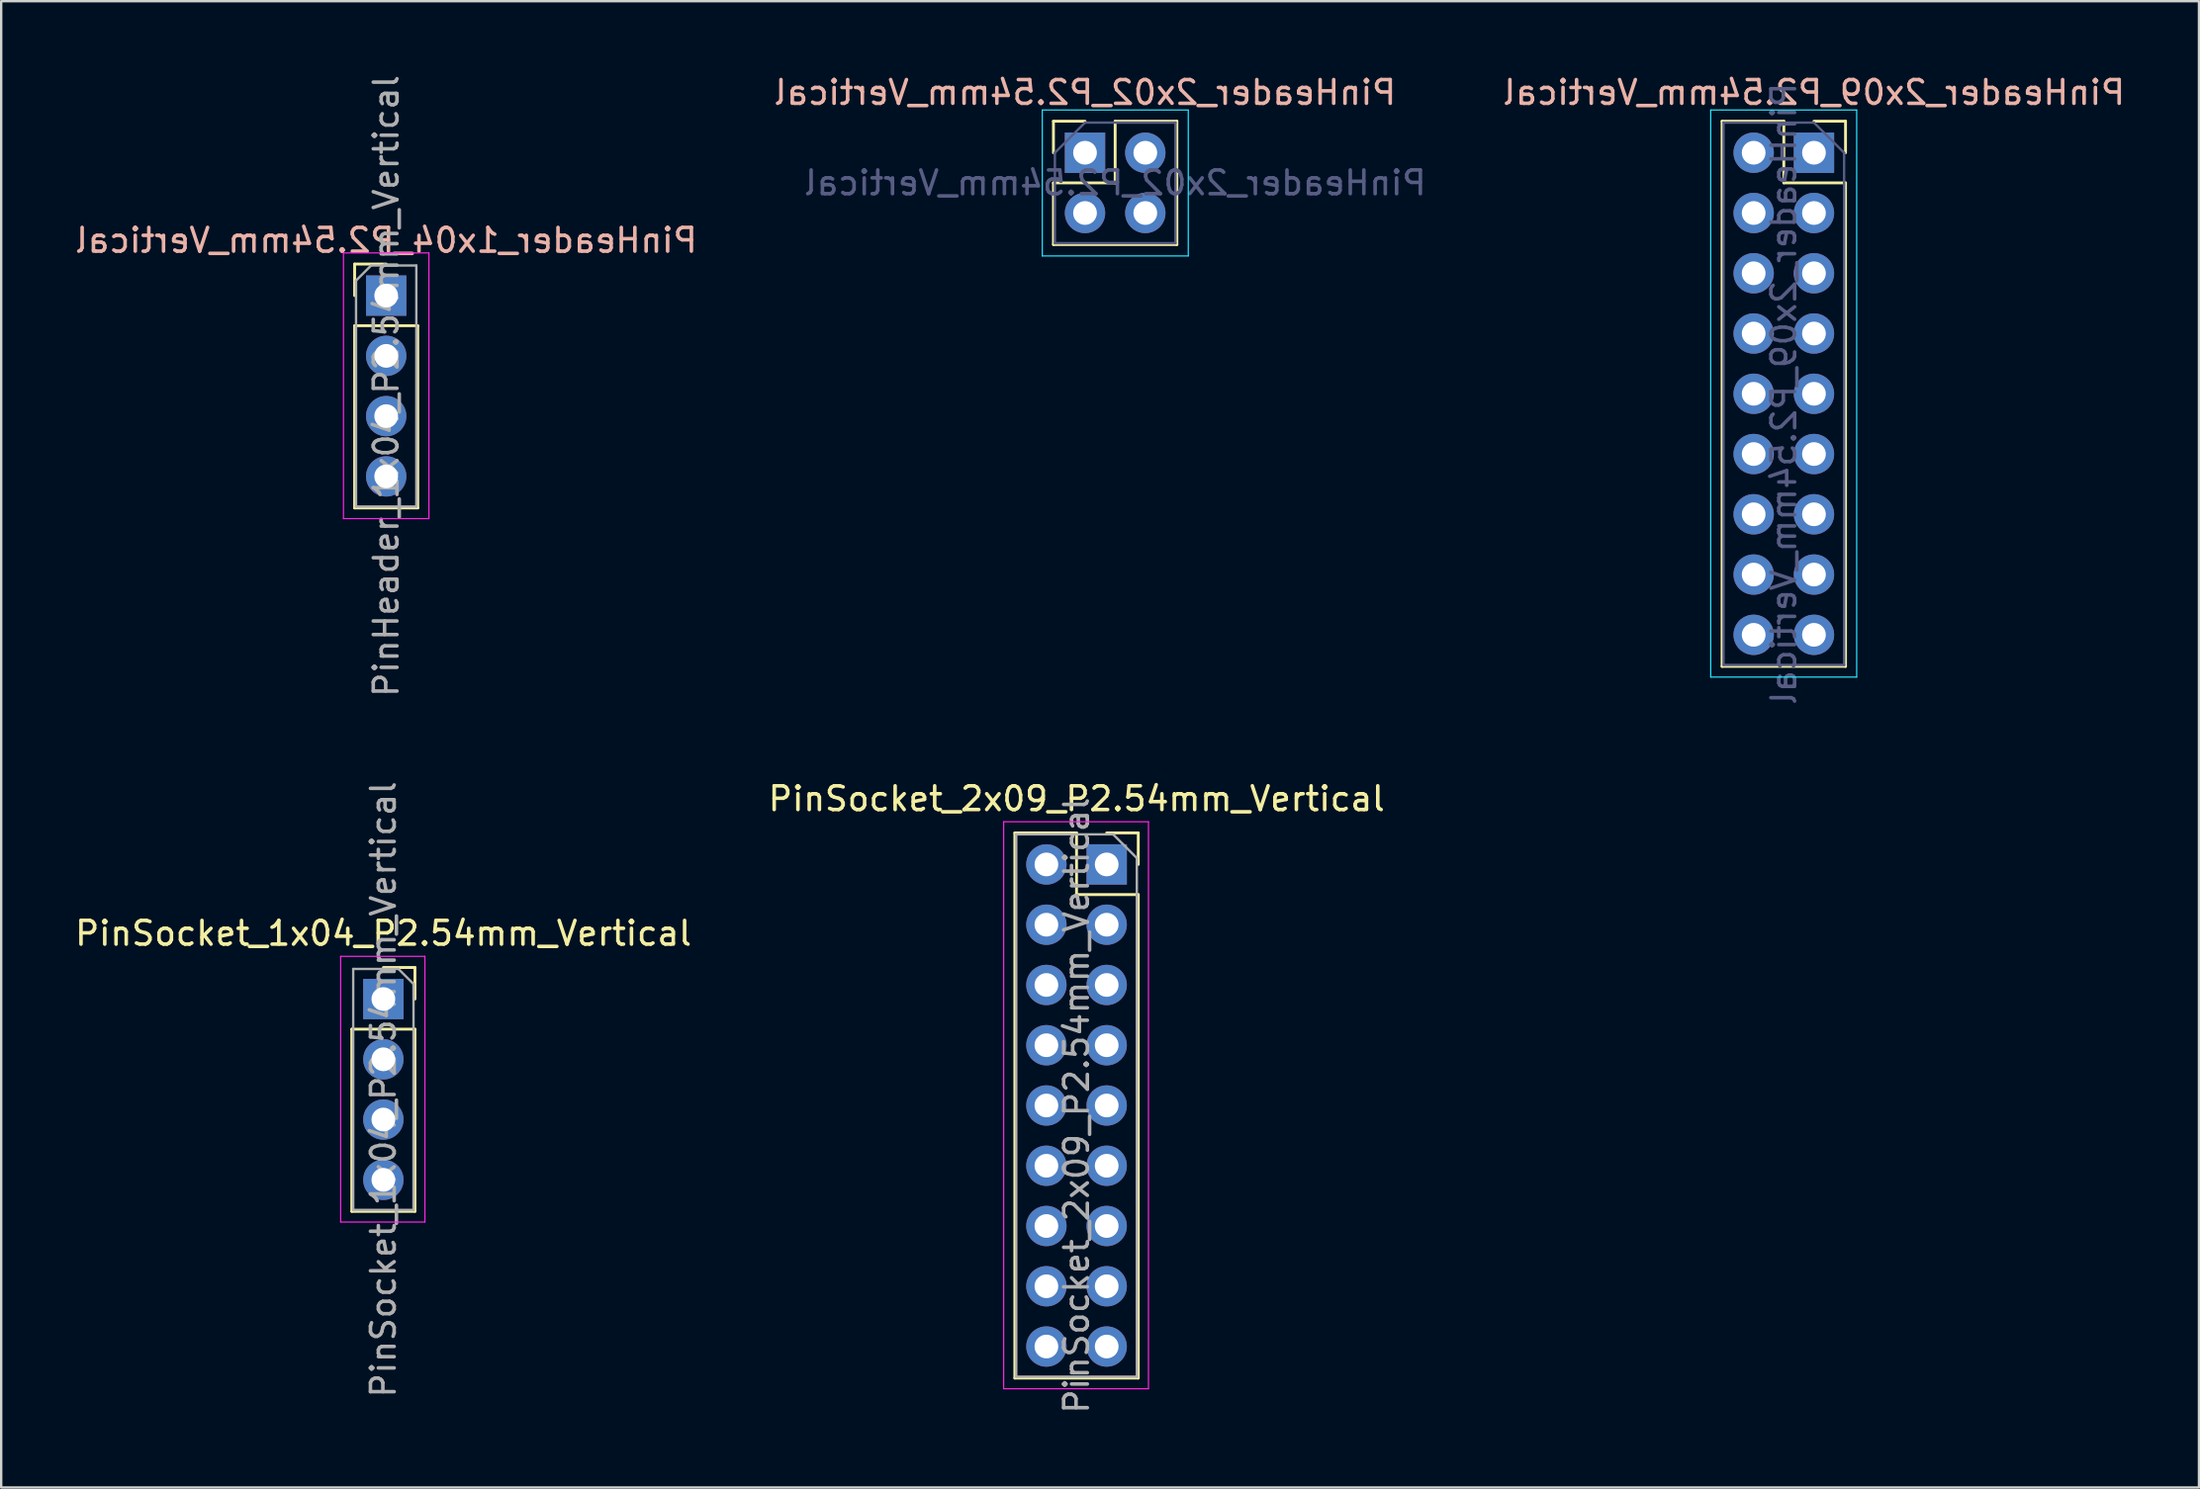
<source format=kicad_pcb>
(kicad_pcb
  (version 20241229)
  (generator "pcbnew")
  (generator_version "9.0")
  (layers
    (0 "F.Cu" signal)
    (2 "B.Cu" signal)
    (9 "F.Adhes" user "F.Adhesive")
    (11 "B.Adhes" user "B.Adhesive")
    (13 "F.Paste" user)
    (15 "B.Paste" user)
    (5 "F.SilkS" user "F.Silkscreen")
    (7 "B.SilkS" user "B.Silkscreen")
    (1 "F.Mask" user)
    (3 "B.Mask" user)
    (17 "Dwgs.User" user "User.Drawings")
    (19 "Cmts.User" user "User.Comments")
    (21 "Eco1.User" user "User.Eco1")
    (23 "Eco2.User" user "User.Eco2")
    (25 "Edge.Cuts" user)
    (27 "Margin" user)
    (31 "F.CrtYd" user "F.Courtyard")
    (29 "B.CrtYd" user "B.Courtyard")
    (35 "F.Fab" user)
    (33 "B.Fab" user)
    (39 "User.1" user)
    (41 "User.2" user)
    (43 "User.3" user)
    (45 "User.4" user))
  (footprint "PinHeader_2x02_P2.54mm_Vertical"
    (layer "F.Cu")
    (at 43.931 4.658)
    (property "Reference" "PinHeader_2x02_P2.54mm_Vertical" (at -1.27 -3.81 0) (layer "B.SilkS") (effects (font (size 1 1) (thickness 0.15)) (justify mirror)))
    (attr through_hole)
    (fp_line (start -2.6 -2.6) (end -2.6 -1.27) (stroke (width 0.12) (type solid)) (layer "F.SilkS"))
    (fp_line (start -2.6 0) (end -2.6 2.6) (stroke (width 0.12) (type solid)) (layer "F.SilkS"))
    (fp_line (start -2.6 2.6) (end 2.6 2.6) (stroke (width 0.12) (type solid)) (layer "F.SilkS"))
    (fp_line (start -1.27 -2.6) (end -2.6 -2.6) (stroke (width 0.12) (type solid)) (layer "F.SilkS"))
    (fp_line (start 0 -2.6) (end 0 0) (stroke (width 0.12) (type solid)) (layer "F.SilkS"))
    (fp_line (start 0 -2.6) (end 2.6 -2.6) (stroke (width 0.12) (type solid)) (layer "F.SilkS"))
    (fp_line (start 0 0) (end -2.6 0) (stroke (width 0.12) (type solid)) (layer "F.SilkS"))
    (fp_line (start 2.6 -2.6) (end 2.6 2.6) (stroke (width 0.12) (type solid)) (layer "F.SilkS"))
    (fp_line (start -3.07 -3.07) (end 3.08 -3.07) (stroke (width 0.05) (type solid)) (layer "B.CrtYd"))
    (fp_line (start -3.07 3.08) (end -3.07 -3.07) (stroke (width 0.05) (type solid)) (layer "B.CrtYd"))
    (fp_line (start 3.08 -3.07) (end 3.08 3.08) (stroke (width 0.05) (type solid)) (layer "B.CrtYd"))
    (fp_line (start 3.08 3.08) (end -3.07 3.08) (stroke (width 0.05) (type solid)) (layer "B.CrtYd"))
    (fp_line (start -2.54 -1.27) (end -2.54 2.54) (stroke (width 0.1) (type solid)) (layer "B.Fab"))
    (fp_line (start -2.54 2.54) (end 2.54 2.54) (stroke (width 0.1) (type solid)) (layer "B.Fab"))
    (fp_line (start -1.27 -2.54) (end -2.54 -1.27) (stroke (width 0.1) (type solid)) (layer "B.Fab"))
    (fp_line (start 2.54 -2.54) (end -1.27 -2.54) (stroke (width 0.1) (type solid)) (layer "B.Fab"))
    (fp_line (start 2.54 2.54) (end 2.54 -2.54) (stroke (width 0.1) (type solid)) (layer "B.Fab"))
    (fp_text user "${REFERENCE}" (at 0 0 180) (layer "B.Fab") (effects (font (size 1 1) (thickness 0.15)) (justify mirror)))
    (pad "1" thru_hole rect (at -1.27 -1.27 270) (size 1.7 1.7) (drill 1) (layers "*.Cu" "*.Mask"))
    (pad "2" thru_hole oval (at -1.27 1.27 270) (size 1.7 1.7) (drill 1) (layers "*.Cu" "*.Mask"))
    (pad "3" thru_hole oval (at 1.27 -1.27 270) (size 1.7 1.7) (drill 1) (layers "*.Cu" "*.Mask"))
    (pad "4" thru_hole oval (at 1.27 1.27 270) (size 1.7 1.7) (drill 1) (layers "*.Cu" "*.Mask")))
  (footprint "PinSocket_1x04_P2.54mm_Vertical"
    (layer "F.Cu")
    (at 13.101 42.87)
    (property "Reference" "PinSocket_1x04_P2.54mm_Vertical" (at 0 -6.58 0) (layer "F.SilkS") (effects (font (size 1 1) (thickness 0.15))))
    (attr through_hole)
    (fp_line (start -1.33 -2.54) (end -1.33 5.14) (stroke (width 0.12) (type solid)) (layer "F.SilkS"))
    (fp_line (start -1.33 -2.54) (end 1.33 -2.54) (stroke (width 0.12) (type solid)) (layer "F.SilkS"))
    (fp_line (start -1.33 5.14) (end 1.33 5.14) (stroke (width 0.12) (type solid)) (layer "F.SilkS"))
    (fp_line (start 0 -5.14) (end 1.33 -5.14) (stroke (width 0.12) (type solid)) (layer "F.SilkS"))
    (fp_line (start 1.33 -5.14) (end 1.33 -3.81) (stroke (width 0.12) (type solid)) (layer "F.SilkS"))
    (fp_line (start 1.33 -2.54) (end 1.33 5.14) (stroke (width 0.12) (type solid)) (layer "F.SilkS"))
    (fp_line (start -1.8 -5.61) (end 1.75 -5.61) (stroke (width 0.05) (type solid)) (layer "F.CrtYd"))
    (fp_line (start -1.8 5.59) (end -1.8 -5.61) (stroke (width 0.05) (type solid)) (layer "F.CrtYd"))
    (fp_line (start 1.75 -5.61) (end 1.75 5.59) (stroke (width 0.05) (type solid)) (layer "F.CrtYd"))
    (fp_line (start 1.75 5.59) (end -1.8 5.59) (stroke (width 0.05) (type solid)) (layer "F.CrtYd"))
    (fp_line (start -1.27 -5.08) (end 0.635 -5.08) (stroke (width 0.1) (type solid)) (layer "F.Fab"))
    (fp_line (start -1.27 5.08) (end -1.27 -5.08) (stroke (width 0.1) (type solid)) (layer "F.Fab"))
    (fp_line (start 0.635 -5.08) (end 1.27 -4.445) (stroke (width 0.1) (type solid)) (layer "F.Fab"))
    (fp_line (start 1.27 -4.445) (end 1.27 5.08) (stroke (width 0.1) (type solid)) (layer "F.Fab"))
    (fp_line (start 1.27 5.08) (end -1.27 5.08) (stroke (width 0.1) (type solid)) (layer "F.Fab"))
    (fp_text user "${REFERENCE}" (at 0 0 90) (layer "F.Fab") (effects (font (size 1 1) (thickness 0.15))))
    (pad "1" thru_hole rect (at 0 -3.81) (size 1.7 1.7) (drill 1) (layers "*.Cu" "*.Mask"))
    (pad "2" thru_hole oval (at 0 -1.27) (size 1.7 1.7) (drill 1) (layers "*.Cu" "*.Mask"))
    (pad "3" thru_hole oval (at 0 1.27) (size 1.7 1.7) (drill 1) (layers "*.Cu" "*.Mask"))
    (pad "4" thru_hole oval (at 0 3.81) (size 1.7 1.7) (drill 1) (layers "*.Cu" "*.Mask")))
  (footprint "PinHeader_1x04_P2.54mm_Vertical"
    (layer "F.Cu")
    (at 13.22 13.22)
    (property "Reference" "PinHeader_1x04_P2.54mm_Vertical" (at 0 -6.14 0) (layer "B.SilkS") (effects (font (size 1 1) (thickness 0.15)) (justify mirror)))
    (attr through_hole)
    (fp_line (start -1.33 -5.14) (end 0 -5.14) (stroke (width 0.12) (type solid)) (layer "F.SilkS"))
    (fp_line (start -1.33 -3.81) (end -1.33 -5.14) (stroke (width 0.12) (type solid)) (layer "F.SilkS"))
    (fp_line (start -1.33 -2.54) (end -1.33 5.14) (stroke (width 0.12) (type solid)) (layer "F.SilkS"))
    (fp_line (start -1.33 -2.54) (end 1.33 -2.54) (stroke (width 0.12) (type solid)) (layer "F.SilkS"))
    (fp_line (start -1.33 5.14) (end 1.33 5.14) (stroke (width 0.12) (type solid)) (layer "F.SilkS"))
    (fp_line (start 1.33 -2.54) (end 1.33 5.14) (stroke (width 0.12) (type solid)) (layer "F.SilkS"))
    (fp_line (start -1.8 -5.61) (end -1.8 5.59) (stroke (width 0.05) (type solid)) (layer "F.CrtYd"))
    (fp_line (start -1.8 5.59) (end 1.8 5.59) (stroke (width 0.05) (type solid)) (layer "F.CrtYd"))
    (fp_line (start 1.8 -5.61) (end -1.8 -5.61) (stroke (width 0.05) (type solid)) (layer "F.CrtYd"))
    (fp_line (start 1.8 5.59) (end 1.8 -5.61) (stroke (width 0.05) (type solid)) (layer "F.CrtYd"))
    (fp_line (start -1.27 -4.445) (end -0.635 -5.08) (stroke (width 0.1) (type solid)) (layer "F.Fab"))
    (fp_line (start -1.27 5.08) (end -1.27 -4.445) (stroke (width 0.1) (type solid)) (layer "F.Fab"))
    (fp_line (start -0.635 -5.08) (end 1.27 -5.08) (stroke (width 0.1) (type solid)) (layer "F.Fab"))
    (fp_line (start 1.27 -5.08) (end 1.27 5.08) (stroke (width 0.1) (type solid)) (layer "F.Fab"))
    (fp_line (start 1.27 5.08) (end -1.27 5.08) (stroke (width 0.1) (type solid)) (layer "F.Fab"))
    (fp_text user "${REFERENCE}" (at 0 0 90) (layer "F.Fab") (effects (font (size 1 1) (thickness 0.15))))
    (pad "1" thru_hole rect (at 0 -3.81) (size 1.7 1.7) (drill 1) (layers "*.Cu" "*.Mask"))
    (pad "2" thru_hole oval (at 0 -1.27) (size 1.7 1.7) (drill 1) (layers "*.Cu" "*.Mask"))
    (pad "3" thru_hole oval (at 0 1.27) (size 1.7 1.7) (drill 1) (layers "*.Cu" "*.Mask"))
    (pad "4" thru_hole oval (at 0 3.81) (size 1.7 1.7) (drill 1) (layers "*.Cu" "*.Mask")))
  (footprint "PinHeader_2x09_P2.54mm_Vertical"
    (layer "F.Cu")
    (at 72.101 13.548)
    (property "Reference" "PinHeader_2x09_P2.54mm_Vertical" (at 1.27 -12.7 180) (layer "B.SilkS") (effects (font (size 1 1) (thickness 0.15)) (justify mirror)))
    (attr through_hole)
    (fp_line (start -2.6 -11.49) (end -2.6 11.49) (stroke (width 0.12) (type solid)) (layer "F.SilkS"))
    (fp_line (start 0 -11.49) (end -2.6 -11.49) (stroke (width 0.12) (type solid)) (layer "F.SilkS"))
    (fp_line (start 0 -8.89) (end 0 -11.49) (stroke (width 0.12) (type solid)) (layer "F.SilkS"))
    (fp_line (start 2.6 -11.49) (end 1.27 -11.49) (stroke (width 0.12) (type solid)) (layer "F.SilkS"))
    (fp_line (start 2.6 -10.16) (end 2.6 -11.49) (stroke (width 0.12) (type solid)) (layer "F.SilkS"))
    (fp_line (start 2.6 -8.89) (end 0 -8.89) (stroke (width 0.12) (type solid)) (layer "F.SilkS"))
    (fp_line (start 2.6 -8.89) (end 2.6 11.49) (stroke (width 0.12) (type solid)) (layer "F.SilkS"))
    (fp_line (start 2.6 11.49) (end -2.6 11.49) (stroke (width 0.12) (type solid)) (layer "F.SilkS"))
    (fp_line (start -3.08 -11.96) (end 3.07 -11.96) (stroke (width 0.05) (type solid)) (layer "B.CrtYd"))
    (fp_line (start -3.08 11.94) (end -3.08 -11.96) (stroke (width 0.05) (type solid)) (layer "B.CrtYd"))
    (fp_line (start 3.07 -11.96) (end 3.07 11.94) (stroke (width 0.05) (type solid)) (layer "B.CrtYd"))
    (fp_line (start 3.07 11.94) (end -3.08 11.94) (stroke (width 0.05) (type solid)) (layer "B.CrtYd"))
    (fp_line (start -2.54 -11.43) (end -2.54 11.43) (stroke (width 0.1) (type solid)) (layer "B.Fab"))
    (fp_line (start -2.54 11.43) (end 2.54 11.43) (stroke (width 0.1) (type solid)) (layer "B.Fab"))
    (fp_line (start 1.27 -11.43) (end -2.54 -11.43) (stroke (width 0.1) (type solid)) (layer "B.Fab"))
    (fp_line (start 2.54 -10.16) (end 1.27 -11.43) (stroke (width 0.1) (type solid)) (layer "B.Fab"))
    (fp_line (start 2.54 11.43) (end 2.54 -10.16) (stroke (width 0.1) (type solid)) (layer "B.Fab"))
    (fp_text user "${REFERENCE}" (at 0 0 90) (layer "B.Fab") (effects (font (size 1 1) (thickness 0.15)) (justify mirror)))
    (pad "1" thru_hole rect (at 1.27 -10.16 180) (size 1.7 1.7) (drill 1) (layers "*.Cu" "*.Mask"))
    (pad "2" thru_hole oval (at -1.27 -10.16 180) (size 1.7 1.7) (drill 1) (layers "*.Cu" "*.Mask"))
    (pad "3" thru_hole oval (at 1.27 -7.62 180) (size 1.7 1.7) (drill 1) (layers "*.Cu" "*.Mask"))
    (pad "4" thru_hole oval (at -1.27 -7.62 180) (size 1.7 1.7) (drill 1) (layers "*.Cu" "*.Mask"))
    (pad "5" thru_hole oval (at 1.27 -5.08 180) (size 1.7 1.7) (drill 1) (layers "*.Cu" "*.Mask"))
    (pad "6" thru_hole oval (at -1.27 -5.08 180) (size 1.7 1.7) (drill 1) (layers "*.Cu" "*.Mask"))
    (pad "7" thru_hole oval (at 1.27 -2.54 180) (size 1.7 1.7) (drill 1) (layers "*.Cu" "*.Mask"))
    (pad "8" thru_hole oval (at -1.27 -2.54 180) (size 1.7 1.7) (drill 1) (layers "*.Cu" "*.Mask"))
    (pad "9" thru_hole oval (at 1.27 0 180) (size 1.7 1.7) (drill 1) (layers "*.Cu" "*.Mask"))
    (pad "10" thru_hole oval (at -1.27 0 180) (size 1.7 1.7) (drill 1) (layers "*.Cu" "*.Mask"))
    (pad "11" thru_hole oval (at 1.27 2.54 180) (size 1.7 1.7) (drill 1) (layers "*.Cu" "*.Mask"))
    (pad "12" thru_hole oval (at -1.27 2.54 180) (size 1.7 1.7) (drill 1) (layers "*.Cu" "*.Mask"))
    (pad "13" thru_hole oval (at 1.27 5.08 180) (size 1.7 1.7) (drill 1) (layers "*.Cu" "*.Mask"))
    (pad "14" thru_hole oval (at -1.27 5.08 180) (size 1.7 1.7) (drill 1) (layers "*.Cu" "*.Mask"))
    (pad "15" thru_hole oval (at 1.27 7.62 180) (size 1.7 1.7) (drill 1) (layers "*.Cu" "*.Mask"))
    (pad "16" thru_hole oval (at -1.27 7.62 180) (size 1.7 1.7) (drill 1) (layers "*.Cu" "*.Mask"))
    (pad "17" thru_hole oval (at 1.27 10.16 180) (size 1.7 1.7) (drill 1) (layers "*.Cu" "*.Mask"))
    (pad "18" thru_hole oval (at -1.27 10.16 180) (size 1.7 1.7) (drill 1) (layers "*.Cu" "*.Mask")))
  (footprint "PinSocket_2x09_P2.54mm_Vertical"
    (layer "F.Cu")
    (at 42.304 43.547)
    (property "Reference" "PinSocket_2x09_P2.54mm_Vertical" (at 0 -12.93 0) (layer "F.SilkS") (effects (font (size 1 1) (thickness 0.15))))
    (attr through_hole)
    (fp_line (start -2.6 -11.49) (end -2.6 11.49) (stroke (width 0.12) (type solid)) (layer "F.SilkS"))
    (fp_line (start -2.6 -11.49) (end 0 -11.49) (stroke (width 0.12) (type solid)) (layer "F.SilkS"))
    (fp_line (start -2.6 11.49) (end 2.6 11.49) (stroke (width 0.12) (type solid)) (layer "F.SilkS"))
    (fp_line (start 0 -11.49) (end 0 -8.89) (stroke (width 0.12) (type solid)) (layer "F.SilkS"))
    (fp_line (start 0 -8.89) (end 2.6 -8.89) (stroke (width 0.12) (type solid)) (layer "F.SilkS"))
    (fp_line (start 1.27 -11.49) (end 2.6 -11.49) (stroke (width 0.12) (type solid)) (layer "F.SilkS"))
    (fp_line (start 2.6 -11.49) (end 2.6 -10.16) (stroke (width 0.12) (type solid)) (layer "F.SilkS"))
    (fp_line (start 2.6 -8.89) (end 2.6 11.49) (stroke (width 0.12) (type solid)) (layer "F.SilkS"))
    (fp_line (start -3.07 -11.96) (end 3.03 -11.96) (stroke (width 0.05) (type solid)) (layer "F.CrtYd"))
    (fp_line (start -3.07 11.94) (end -3.07 -11.96) (stroke (width 0.05) (type solid)) (layer "F.CrtYd"))
    (fp_line (start 3.03 -11.96) (end 3.03 11.94) (stroke (width 0.05) (type solid)) (layer "F.CrtYd"))
    (fp_line (start 3.03 11.94) (end -3.07 11.94) (stroke (width 0.05) (type solid)) (layer "F.CrtYd"))
    (fp_line (start -2.54 -11.43) (end 1.54 -11.43) (stroke (width 0.1) (type solid)) (layer "F.Fab"))
    (fp_line (start -2.54 11.43) (end -2.54 -11.43) (stroke (width 0.1) (type solid)) (layer "F.Fab"))
    (fp_line (start 1.54 -11.43) (end 2.54 -10.43) (stroke (width 0.1) (type solid)) (layer "F.Fab"))
    (fp_line (start 2.54 -10.43) (end 2.54 11.43) (stroke (width 0.1) (type solid)) (layer "F.Fab"))
    (fp_line (start 2.54 11.43) (end -2.54 11.43) (stroke (width 0.1) (type solid)) (layer "F.Fab"))
    (fp_text user "${REFERENCE}" (at 0 0 90) (layer "F.Fab") (effects (font (size 1 1) (thickness 0.15))))
    (pad "1" thru_hole rect (at 1.27 -10.16) (size 1.7 1.7) (drill 1) (layers "*.Cu" "*.Mask"))
    (pad "2" thru_hole oval (at -1.27 -10.16) (size 1.7 1.7) (drill 1) (layers "*.Cu" "*.Mask"))
    (pad "3" thru_hole oval (at 1.27 -7.62) (size 1.7 1.7) (drill 1) (layers "*.Cu" "*.Mask"))
    (pad "4" thru_hole oval (at -1.27 -7.62) (size 1.7 1.7) (drill 1) (layers "*.Cu" "*.Mask"))
    (pad "5" thru_hole oval (at 1.27 -5.08) (size 1.7 1.7) (drill 1) (layers "*.Cu" "*.Mask"))
    (pad "6" thru_hole oval (at -1.27 -5.08) (size 1.7 1.7) (drill 1) (layers "*.Cu" "*.Mask"))
    (pad "7" thru_hole oval (at 1.27 -2.54) (size 1.7 1.7) (drill 1) (layers "*.Cu" "*.Mask"))
    (pad "8" thru_hole oval (at -1.27 -2.54) (size 1.7 1.7) (drill 1) (layers "*.Cu" "*.Mask"))
    (pad "9" thru_hole oval (at 1.27 0) (size 1.7 1.7) (drill 1) (layers "*.Cu" "*.Mask"))
    (pad "10" thru_hole oval (at -1.27 0) (size 1.7 1.7) (drill 1) (layers "*.Cu" "*.Mask"))
    (pad "11" thru_hole oval (at 1.27 2.54) (size 1.7 1.7) (drill 1) (layers "*.Cu" "*.Mask"))
    (pad "12" thru_hole oval (at -1.27 2.54) (size 1.7 1.7) (drill 1) (layers "*.Cu" "*.Mask"))
    (pad "13" thru_hole oval (at 1.27 5.08) (size 1.7 1.7) (drill 1) (layers "*.Cu" "*.Mask"))
    (pad "14" thru_hole oval (at -1.27 5.08) (size 1.7 1.7) (drill 1) (layers "*.Cu" "*.Mask"))
    (pad "15" thru_hole oval (at 1.27 7.62) (size 1.7 1.7) (drill 1) (layers "*.Cu" "*.Mask"))
    (pad "16" thru_hole oval (at -1.27 7.62) (size 1.7 1.7) (drill 1) (layers "*.Cu" "*.Mask"))
    (pad "17" thru_hole oval (at 1.27 10.16) (size 1.7 1.7) (drill 1) (layers "*.Cu" "*.Mask"))
    (pad "18" thru_hole oval (at -1.27 10.16) (size 1.7 1.7) (drill 1) (layers "*.Cu" "*.Mask")))
  (gr_rect
    (start -3 -3)
    (end 89.591 59.648)
    (stroke (width 0.1) (type default))
    (fill no)
    (layer "Edge.Cuts")))
</source>
